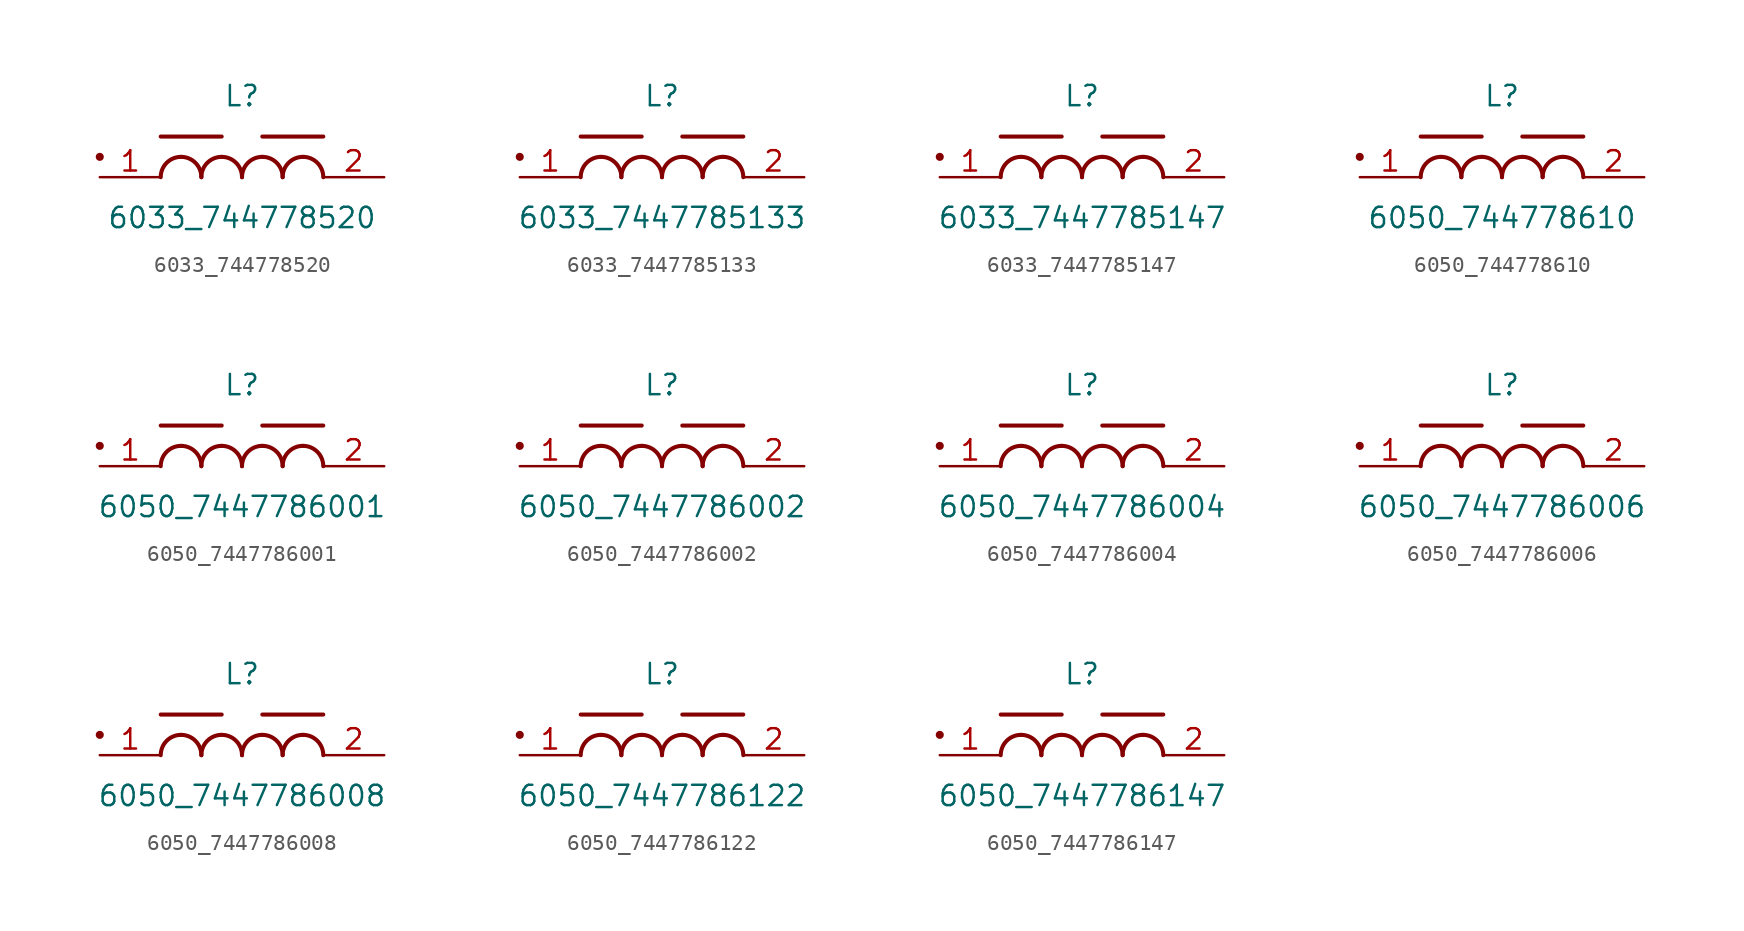
<source format=kicad_sym>
(kicad_symbol_lib
  (version 20211014)
  (generator kicad_symbol_editor)
  (symbol "Inductor_Wurth_WE-PD:6033_744778520"
    (pin_names hide)
    (property "Reference" "L"
      (at 0 5.08 0)
      (effects (font (size 1.27 1.27))))
    (property "Value" "6033_744778520"
      (at 0 -2.54 0)
      (effects (font (size 1.27 1.27))))
    (symbol "6033_744778520_0_1"
      (circle (center -8.89 1.27) (radius 0.0001) (stroke (width 0.254)) (stroke (width 0.254) (type default) (color 0 0 0 0)) (fill (type none)))
      (arc (start -3.81 1.27) (mid -4.708 0.898) (end -5.08 0) (stroke (width 0.254) (type default) (color 0 0 0 0)) (fill (type none)))
      (arc (start -2.54 0) (mid -2.912 0.898) (end -3.81 1.27) (stroke (width 0.254) (type default) (color 0 0 0 0)) (fill (type none)))
      (arc (start -1.2699 1.2701) (mid -2.1679 0.8981) (end -2.5399 0.0001) (stroke (width 0.254) (type default) (color 0 0 0 0)) (fill (type none)))
      (polyline (pts (xy -5.08 2.54) (xy -1.27 2.54)) (stroke (width 0.254) (type default) (color 0 0 0 0)) (fill (type none)))
      (polyline (pts (xy 5.08 2.54) (xy 1.27 2.54)) (stroke (width 0.254) (type default) (color 0 0 0 0)) (fill (type none)))
      (arc (start 0.0001 0.0001) (mid -0.3719 0.8981) (end -1.2699 1.2701) (stroke (width 0.254) (type default) (color 0 0 0 0)) (fill (type none)))
      (arc (start 1.2701 1.2701) (mid 0.3721 0.8981) (end 0.0001 0.0001) (stroke (width 0.254) (type default) (color 0 0 0 0)) (fill (type none)))
      (arc (start 2.5401 0.0001) (mid 2.1681 0.8981) (end 1.2701 1.2701) (stroke (width 0.254) (type default) (color 0 0 0 0)) (fill (type none)))
      (arc (start 3.8101 1.2701) (mid 2.9121 0.8981) (end 2.5401 0.0001) (stroke (width 0.254) (type default) (color 0 0 0 0)) (fill (type none)))
      (arc (start 5.0801 0.0001) (mid 4.7081 0.8981) (end 3.8101 1.2701) (stroke (width 0.254) (type default) (color 0 0 0 0)) (fill (type none))))
    (symbol "6033_744778520_1_1"
      (pin passive line (at -8.89 0 0) (length 3.81) (name "1" (effects (font (size 1.27 1.27)))) (number "1" (effects (font (size 1.27 1.27)))))
      (pin passive line (at 8.89 0 180) (length 3.81) (name "2" (effects (font (size 1.27 1.27)))) (number "2" (effects (font (size 1.27 1.27)))))))
  (symbol "Inductor_Wurth_WE-PD:6033_7447785133"
    (pin_names hide)
    (property "Reference" "L"
      (at 0 5.08 0)
      (effects (font (size 1.27 1.27))))
    (property "Value" "6033_7447785133"
      (at 0 -2.54 0)
      (effects (font (size 1.27 1.27))))
    (symbol "6033_7447785133_0_1"
      (circle (center -8.89 1.27) (radius 0.0001) (stroke (width 0.254)) (stroke (width 0.254) (type default) (color 0 0 0 0)) (fill (type none)))
      (arc (start -3.81 1.27) (mid -4.708 0.898) (end -5.08 0) (stroke (width 0.254) (type default) (color 0 0 0 0)) (fill (type none)))
      (arc (start -2.54 0) (mid -2.912 0.898) (end -3.81 1.27) (stroke (width 0.254) (type default) (color 0 0 0 0)) (fill (type none)))
      (arc (start -1.2699 1.2701) (mid -2.1679 0.8981) (end -2.5399 0.0001) (stroke (width 0.254) (type default) (color 0 0 0 0)) (fill (type none)))
      (polyline (pts (xy -5.08 2.54) (xy -1.27 2.54)) (stroke (width 0.254) (type default) (color 0 0 0 0)) (fill (type none)))
      (polyline (pts (xy 5.08 2.54) (xy 1.27 2.54)) (stroke (width 0.254) (type default) (color 0 0 0 0)) (fill (type none)))
      (arc (start 0.0001 0.0001) (mid -0.3719 0.8981) (end -1.2699 1.2701) (stroke (width 0.254) (type default) (color 0 0 0 0)) (fill (type none)))
      (arc (start 1.2701 1.2701) (mid 0.3721 0.8981) (end 0.0001 0.0001) (stroke (width 0.254) (type default) (color 0 0 0 0)) (fill (type none)))
      (arc (start 2.5401 0.0001) (mid 2.1681 0.8981) (end 1.2701 1.2701) (stroke (width 0.254) (type default) (color 0 0 0 0)) (fill (type none)))
      (arc (start 3.8101 1.2701) (mid 2.9121 0.8981) (end 2.5401 0.0001) (stroke (width 0.254) (type default) (color 0 0 0 0)) (fill (type none)))
      (arc (start 5.0801 0.0001) (mid 4.7081 0.8981) (end 3.8101 1.2701) (stroke (width 0.254) (type default) (color 0 0 0 0)) (fill (type none))))
    (symbol "6033_7447785133_1_1"
      (pin passive line (at -8.89 0 0) (length 3.81) (name "1" (effects (font (size 1.27 1.27)))) (number "1" (effects (font (size 1.27 1.27)))))
      (pin passive line (at 8.89 0 180) (length 3.81) (name "2" (effects (font (size 1.27 1.27)))) (number "2" (effects (font (size 1.27 1.27)))))))
  (symbol "Inductor_Wurth_WE-PD:6033_7447785147"
    (pin_names hide)
    (property "Reference" "L"
      (at 0 5.08 0)
      (effects (font (size 1.27 1.27))))
    (property "Value" "6033_7447785147"
      (at 0 -2.54 0)
      (effects (font (size 1.27 1.27))))
    (symbol "6033_7447785147_0_1"
      (circle (center -8.89 1.27) (radius 0.0001) (stroke (width 0.254)) (stroke (width 0.254) (type default) (color 0 0 0 0)) (fill (type none)))
      (arc (start -3.81 1.27) (mid -4.708 0.898) (end -5.08 0) (stroke (width 0.254) (type default) (color 0 0 0 0)) (fill (type none)))
      (arc (start -2.54 0) (mid -2.912 0.898) (end -3.81 1.27) (stroke (width 0.254) (type default) (color 0 0 0 0)) (fill (type none)))
      (arc (start -1.2699 1.2701) (mid -2.1679 0.8981) (end -2.5399 0.0001) (stroke (width 0.254) (type default) (color 0 0 0 0)) (fill (type none)))
      (polyline (pts (xy -5.08 2.54) (xy -1.27 2.54)) (stroke (width 0.254) (type default) (color 0 0 0 0)) (fill (type none)))
      (polyline (pts (xy 5.08 2.54) (xy 1.27 2.54)) (stroke (width 0.254) (type default) (color 0 0 0 0)) (fill (type none)))
      (arc (start 0.0001 0.0001) (mid -0.3719 0.8981) (end -1.2699 1.2701) (stroke (width 0.254) (type default) (color 0 0 0 0)) (fill (type none)))
      (arc (start 1.2701 1.2701) (mid 0.3721 0.8981) (end 0.0001 0.0001) (stroke (width 0.254) (type default) (color 0 0 0 0)) (fill (type none)))
      (arc (start 2.5401 0.0001) (mid 2.1681 0.8981) (end 1.2701 1.2701) (stroke (width 0.254) (type default) (color 0 0 0 0)) (fill (type none)))
      (arc (start 3.8101 1.2701) (mid 2.9121 0.8981) (end 2.5401 0.0001) (stroke (width 0.254) (type default) (color 0 0 0 0)) (fill (type none)))
      (arc (start 5.0801 0.0001) (mid 4.7081 0.8981) (end 3.8101 1.2701) (stroke (width 0.254) (type default) (color 0 0 0 0)) (fill (type none))))
    (symbol "6033_7447785147_1_1"
      (pin passive line (at -8.89 0 0) (length 3.81) (name "1" (effects (font (size 1.27 1.27)))) (number "1" (effects (font (size 1.27 1.27)))))
      (pin passive line (at 8.89 0 180) (length 3.81) (name "2" (effects (font (size 1.27 1.27)))) (number "2" (effects (font (size 1.27 1.27)))))))
  (symbol "Inductor_Wurth_WE-PD:6050_744778610"
    (pin_names hide)
    (property "Reference" "L"
      (at 0 5.08 0)
      (effects (font (size 1.27 1.27))))
    (property "Value" "6050_744778610"
      (at 0 -2.54 0)
      (effects (font (size 1.27 1.27))))
    (symbol "6050_744778610_0_1"
      (circle (center -8.89 1.27) (radius 0.0001) (stroke (width 0.254)) (stroke (width 0.254) (type default) (color 0 0 0 0)) (fill (type none)))
      (arc (start -3.81 1.27) (mid -4.708 0.898) (end -5.08 0) (stroke (width 0.254) (type default) (color 0 0 0 0)) (fill (type none)))
      (arc (start -2.54 0) (mid -2.912 0.898) (end -3.81 1.27) (stroke (width 0.254) (type default) (color 0 0 0 0)) (fill (type none)))
      (arc (start -1.2699 1.2701) (mid -2.1679 0.8981) (end -2.5399 0.0001) (stroke (width 0.254) (type default) (color 0 0 0 0)) (fill (type none)))
      (polyline (pts (xy -5.08 2.54) (xy -1.27 2.54)) (stroke (width 0.254) (type default) (color 0 0 0 0)) (fill (type none)))
      (polyline (pts (xy 5.08 2.54) (xy 1.27 2.54)) (stroke (width 0.254) (type default) (color 0 0 0 0)) (fill (type none)))
      (arc (start 0.0001 0.0001) (mid -0.3719 0.8981) (end -1.2699 1.2701) (stroke (width 0.254) (type default) (color 0 0 0 0)) (fill (type none)))
      (arc (start 1.2701 1.2701) (mid 0.3721 0.8981) (end 0.0001 0.0001) (stroke (width 0.254) (type default) (color 0 0 0 0)) (fill (type none)))
      (arc (start 2.5401 0.0001) (mid 2.1681 0.8981) (end 1.2701 1.2701) (stroke (width 0.254) (type default) (color 0 0 0 0)) (fill (type none)))
      (arc (start 3.8101 1.2701) (mid 2.9121 0.8981) (end 2.5401 0.0001) (stroke (width 0.254) (type default) (color 0 0 0 0)) (fill (type none)))
      (arc (start 5.0801 0.0001) (mid 4.7081 0.8981) (end 3.8101 1.2701) (stroke (width 0.254) (type default) (color 0 0 0 0)) (fill (type none))))
    (symbol "6050_744778610_1_1"
      (pin passive line (at -8.89 0 0) (length 3.81) (name "1" (effects (font (size 1.27 1.27)))) (number "1" (effects (font (size 1.27 1.27)))))
      (pin passive line (at 8.89 0 180) (length 3.81) (name "2" (effects (font (size 1.27 1.27)))) (number "2" (effects (font (size 1.27 1.27)))))))
  (symbol "Inductor_Wurth_WE-PD:6050_7447786001"
    (pin_names hide)
    (property "Reference" "L"
      (at 0 5.08 0)
      (effects (font (size 1.27 1.27))))
    (property "Value" "6050_7447786001"
      (at 0 -2.54 0)
      (effects (font (size 1.27 1.27))))
    (symbol "6050_7447786001_0_1"
      (circle (center -8.89 1.27) (radius 0.0001) (stroke (width 0.254)) (stroke (width 0.254) (type default) (color 0 0 0 0)) (fill (type none)))
      (arc (start -3.81 1.27) (mid -4.708 0.898) (end -5.08 0) (stroke (width 0.254) (type default) (color 0 0 0 0)) (fill (type none)))
      (arc (start -2.54 0) (mid -2.912 0.898) (end -3.81 1.27) (stroke (width 0.254) (type default) (color 0 0 0 0)) (fill (type none)))
      (arc (start -1.2699 1.2701) (mid -2.1679 0.8981) (end -2.5399 0.0001) (stroke (width 0.254) (type default) (color 0 0 0 0)) (fill (type none)))
      (polyline (pts (xy -5.08 2.54) (xy -1.27 2.54)) (stroke (width 0.254) (type default) (color 0 0 0 0)) (fill (type none)))
      (polyline (pts (xy 5.08 2.54) (xy 1.27 2.54)) (stroke (width 0.254) (type default) (color 0 0 0 0)) (fill (type none)))
      (arc (start 0.0001 0.0001) (mid -0.3719 0.8981) (end -1.2699 1.2701) (stroke (width 0.254) (type default) (color 0 0 0 0)) (fill (type none)))
      (arc (start 1.2701 1.2701) (mid 0.3721 0.8981) (end 0.0001 0.0001) (stroke (width 0.254) (type default) (color 0 0 0 0)) (fill (type none)))
      (arc (start 2.5401 0.0001) (mid 2.1681 0.8981) (end 1.2701 1.2701) (stroke (width 0.254) (type default) (color 0 0 0 0)) (fill (type none)))
      (arc (start 3.8101 1.2701) (mid 2.9121 0.8981) (end 2.5401 0.0001) (stroke (width 0.254) (type default) (color 0 0 0 0)) (fill (type none)))
      (arc (start 5.0801 0.0001) (mid 4.7081 0.8981) (end 3.8101 1.2701) (stroke (width 0.254) (type default) (color 0 0 0 0)) (fill (type none))))
    (symbol "6050_7447786001_1_1"
      (pin passive line (at -8.89 0 0) (length 3.81) (name "1" (effects (font (size 1.27 1.27)))) (number "1" (effects (font (size 1.27 1.27)))))
      (pin passive line (at 8.89 0 180) (length 3.81) (name "2" (effects (font (size 1.27 1.27)))) (number "2" (effects (font (size 1.27 1.27)))))))
  (symbol "Inductor_Wurth_WE-PD:6050_7447786002"
    (pin_names hide)
    (property "Reference" "L"
      (at 0 5.08 0)
      (effects (font (size 1.27 1.27))))
    (property "Value" "6050_7447786002"
      (at 0 -2.54 0)
      (effects (font (size 1.27 1.27))))
    (symbol "6050_7447786002_0_1"
      (circle (center -8.89 1.27) (radius 0.0001) (stroke (width 0.254)) (stroke (width 0.254) (type default) (color 0 0 0 0)) (fill (type none)))
      (arc (start -3.81 1.27) (mid -4.708 0.898) (end -5.08 0) (stroke (width 0.254) (type default) (color 0 0 0 0)) (fill (type none)))
      (arc (start -2.54 0) (mid -2.912 0.898) (end -3.81 1.27) (stroke (width 0.254) (type default) (color 0 0 0 0)) (fill (type none)))
      (arc (start -1.2699 1.2701) (mid -2.1679 0.8981) (end -2.5399 0.0001) (stroke (width 0.254) (type default) (color 0 0 0 0)) (fill (type none)))
      (polyline (pts (xy -5.08 2.54) (xy -1.27 2.54)) (stroke (width 0.254) (type default) (color 0 0 0 0)) (fill (type none)))
      (polyline (pts (xy 5.08 2.54) (xy 1.27 2.54)) (stroke (width 0.254) (type default) (color 0 0 0 0)) (fill (type none)))
      (arc (start 0.0001 0.0001) (mid -0.3719 0.8981) (end -1.2699 1.2701) (stroke (width 0.254) (type default) (color 0 0 0 0)) (fill (type none)))
      (arc (start 1.2701 1.2701) (mid 0.3721 0.8981) (end 0.0001 0.0001) (stroke (width 0.254) (type default) (color 0 0 0 0)) (fill (type none)))
      (arc (start 2.5401 0.0001) (mid 2.1681 0.8981) (end 1.2701 1.2701) (stroke (width 0.254) (type default) (color 0 0 0 0)) (fill (type none)))
      (arc (start 3.8101 1.2701) (mid 2.9121 0.8981) (end 2.5401 0.0001) (stroke (width 0.254) (type default) (color 0 0 0 0)) (fill (type none)))
      (arc (start 5.0801 0.0001) (mid 4.7081 0.8981) (end 3.8101 1.2701) (stroke (width 0.254) (type default) (color 0 0 0 0)) (fill (type none))))
    (symbol "6050_7447786002_1_1"
      (pin passive line (at -8.89 0 0) (length 3.81) (name "1" (effects (font (size 1.27 1.27)))) (number "1" (effects (font (size 1.27 1.27)))))
      (pin passive line (at 8.89 0 180) (length 3.81) (name "2" (effects (font (size 1.27 1.27)))) (number "2" (effects (font (size 1.27 1.27)))))))
  (symbol "Inductor_Wurth_WE-PD:6050_7447786004"
    (pin_names hide)
    (property "Reference" "L"
      (at 0 5.08 0)
      (effects (font (size 1.27 1.27))))
    (property "Value" "6050_7447786004"
      (at 0 -2.54 0)
      (effects (font (size 1.27 1.27))))
    (symbol "6050_7447786004_0_1"
      (circle (center -8.89 1.27) (radius 0.0001) (stroke (width 0.254)) (stroke (width 0.254) (type default) (color 0 0 0 0)) (fill (type none)))
      (arc (start -3.81 1.27) (mid -4.708 0.898) (end -5.08 0) (stroke (width 0.254) (type default) (color 0 0 0 0)) (fill (type none)))
      (arc (start -2.54 0) (mid -2.912 0.898) (end -3.81 1.27) (stroke (width 0.254) (type default) (color 0 0 0 0)) (fill (type none)))
      (arc (start -1.2699 1.2701) (mid -2.1679 0.8981) (end -2.5399 0.0001) (stroke (width 0.254) (type default) (color 0 0 0 0)) (fill (type none)))
      (polyline (pts (xy -5.08 2.54) (xy -1.27 2.54)) (stroke (width 0.254) (type default) (color 0 0 0 0)) (fill (type none)))
      (polyline (pts (xy 5.08 2.54) (xy 1.27 2.54)) (stroke (width 0.254) (type default) (color 0 0 0 0)) (fill (type none)))
      (arc (start 0.0001 0.0001) (mid -0.3719 0.8981) (end -1.2699 1.2701) (stroke (width 0.254) (type default) (color 0 0 0 0)) (fill (type none)))
      (arc (start 1.2701 1.2701) (mid 0.3721 0.8981) (end 0.0001 0.0001) (stroke (width 0.254) (type default) (color 0 0 0 0)) (fill (type none)))
      (arc (start 2.5401 0.0001) (mid 2.1681 0.8981) (end 1.2701 1.2701) (stroke (width 0.254) (type default) (color 0 0 0 0)) (fill (type none)))
      (arc (start 3.8101 1.2701) (mid 2.9121 0.8981) (end 2.5401 0.0001) (stroke (width 0.254) (type default) (color 0 0 0 0)) (fill (type none)))
      (arc (start 5.0801 0.0001) (mid 4.7081 0.8981) (end 3.8101 1.2701) (stroke (width 0.254) (type default) (color 0 0 0 0)) (fill (type none))))
    (symbol "6050_7447786004_1_1"
      (pin passive line (at -8.89 0 0) (length 3.81) (name "1" (effects (font (size 1.27 1.27)))) (number "1" (effects (font (size 1.27 1.27)))))
      (pin passive line (at 8.89 0 180) (length 3.81) (name "2" (effects (font (size 1.27 1.27)))) (number "2" (effects (font (size 1.27 1.27)))))))
  (symbol "Inductor_Wurth_WE-PD:6050_7447786006"
    (pin_names hide)
    (property "Reference" "L"
      (at 0 5.08 0)
      (effects (font (size 1.27 1.27))))
    (property "Value" "6050_7447786006"
      (at 0 -2.54 0)
      (effects (font (size 1.27 1.27))))
    (symbol "6050_7447786006_0_1"
      (circle (center -8.89 1.27) (radius 0.0001) (stroke (width 0.254)) (stroke (width 0.254) (type default) (color 0 0 0 0)) (fill (type none)))
      (arc (start -3.81 1.27) (mid -4.708 0.898) (end -5.08 0) (stroke (width 0.254) (type default) (color 0 0 0 0)) (fill (type none)))
      (arc (start -2.54 0) (mid -2.912 0.898) (end -3.81 1.27) (stroke (width 0.254) (type default) (color 0 0 0 0)) (fill (type none)))
      (arc (start -1.2699 1.2701) (mid -2.1679 0.8981) (end -2.5399 0.0001) (stroke (width 0.254) (type default) (color 0 0 0 0)) (fill (type none)))
      (polyline (pts (xy -5.08 2.54) (xy -1.27 2.54)) (stroke (width 0.254) (type default) (color 0 0 0 0)) (fill (type none)))
      (polyline (pts (xy 5.08 2.54) (xy 1.27 2.54)) (stroke (width 0.254) (type default) (color 0 0 0 0)) (fill (type none)))
      (arc (start 0.0001 0.0001) (mid -0.3719 0.8981) (end -1.2699 1.2701) (stroke (width 0.254) (type default) (color 0 0 0 0)) (fill (type none)))
      (arc (start 1.2701 1.2701) (mid 0.3721 0.8981) (end 0.0001 0.0001) (stroke (width 0.254) (type default) (color 0 0 0 0)) (fill (type none)))
      (arc (start 2.5401 0.0001) (mid 2.1681 0.8981) (end 1.2701 1.2701) (stroke (width 0.254) (type default) (color 0 0 0 0)) (fill (type none)))
      (arc (start 3.8101 1.2701) (mid 2.9121 0.8981) (end 2.5401 0.0001) (stroke (width 0.254) (type default) (color 0 0 0 0)) (fill (type none)))
      (arc (start 5.0801 0.0001) (mid 4.7081 0.8981) (end 3.8101 1.2701) (stroke (width 0.254) (type default) (color 0 0 0 0)) (fill (type none))))
    (symbol "6050_7447786006_1_1"
      (pin passive line (at -8.89 0 0) (length 3.81) (name "1" (effects (font (size 1.27 1.27)))) (number "1" (effects (font (size 1.27 1.27)))))
      (pin passive line (at 8.89 0 180) (length 3.81) (name "2" (effects (font (size 1.27 1.27)))) (number "2" (effects (font (size 1.27 1.27)))))))
  (symbol "Inductor_Wurth_WE-PD:6050_7447786008"
    (pin_names hide)
    (property "Reference" "L"
      (at 0 5.08 0)
      (effects (font (size 1.27 1.27))))
    (property "Value" "6050_7447786008"
      (at 0 -2.54 0)
      (effects (font (size 1.27 1.27))))
    (symbol "6050_7447786008_0_1"
      (circle (center -8.89 1.27) (radius 0.0001) (stroke (width 0.254)) (stroke (width 0.254) (type default) (color 0 0 0 0)) (fill (type none)))
      (arc (start -3.81 1.27) (mid -4.708 0.898) (end -5.08 0) (stroke (width 0.254) (type default) (color 0 0 0 0)) (fill (type none)))
      (arc (start -2.54 0) (mid -2.912 0.898) (end -3.81 1.27) (stroke (width 0.254) (type default) (color 0 0 0 0)) (fill (type none)))
      (arc (start -1.2699 1.2701) (mid -2.1679 0.8981) (end -2.5399 0.0001) (stroke (width 0.254) (type default) (color 0 0 0 0)) (fill (type none)))
      (polyline (pts (xy -5.08 2.54) (xy -1.27 2.54)) (stroke (width 0.254) (type default) (color 0 0 0 0)) (fill (type none)))
      (polyline (pts (xy 5.08 2.54) (xy 1.27 2.54)) (stroke (width 0.254) (type default) (color 0 0 0 0)) (fill (type none)))
      (arc (start 0.0001 0.0001) (mid -0.3719 0.8981) (end -1.2699 1.2701) (stroke (width 0.254) (type default) (color 0 0 0 0)) (fill (type none)))
      (arc (start 1.2701 1.2701) (mid 0.3721 0.8981) (end 0.0001 0.0001) (stroke (width 0.254) (type default) (color 0 0 0 0)) (fill (type none)))
      (arc (start 2.5401 0.0001) (mid 2.1681 0.8981) (end 1.2701 1.2701) (stroke (width 0.254) (type default) (color 0 0 0 0)) (fill (type none)))
      (arc (start 3.8101 1.2701) (mid 2.9121 0.8981) (end 2.5401 0.0001) (stroke (width 0.254) (type default) (color 0 0 0 0)) (fill (type none)))
      (arc (start 5.0801 0.0001) (mid 4.7081 0.8981) (end 3.8101 1.2701) (stroke (width 0.254) (type default) (color 0 0 0 0)) (fill (type none))))
    (symbol "6050_7447786008_1_1"
      (pin passive line (at -8.89 0 0) (length 3.81) (name "1" (effects (font (size 1.27 1.27)))) (number "1" (effects (font (size 1.27 1.27)))))
      (pin passive line (at 8.89 0 180) (length 3.81) (name "2" (effects (font (size 1.27 1.27)))) (number "2" (effects (font (size 1.27 1.27)))))))
  (symbol "Inductor_Wurth_WE-PD:6050_7447786122"
    (pin_names hide)
    (property "Reference" "L"
      (at 0 5.08 0)
      (effects (font (size 1.27 1.27))))
    (property "Value" "6050_7447786122"
      (at 0 -2.54 0)
      (effects (font (size 1.27 1.27))))
    (symbol "6050_7447786122_0_1"
      (circle (center -8.89 1.27) (radius 0.0001) (stroke (width 0.254)) (stroke (width 0.254) (type default) (color 0 0 0 0)) (fill (type none)))
      (arc (start -3.81 1.27) (mid -4.708 0.898) (end -5.08 0) (stroke (width 0.254) (type default) (color 0 0 0 0)) (fill (type none)))
      (arc (start -2.54 0) (mid -2.912 0.898) (end -3.81 1.27) (stroke (width 0.254) (type default) (color 0 0 0 0)) (fill (type none)))
      (arc (start -1.2699 1.2701) (mid -2.1679 0.8981) (end -2.5399 0.0001) (stroke (width 0.254) (type default) (color 0 0 0 0)) (fill (type none)))
      (polyline (pts (xy -5.08 2.54) (xy -1.27 2.54)) (stroke (width 0.254) (type default) (color 0 0 0 0)) (fill (type none)))
      (polyline (pts (xy 5.08 2.54) (xy 1.27 2.54)) (stroke (width 0.254) (type default) (color 0 0 0 0)) (fill (type none)))
      (arc (start 0.0001 0.0001) (mid -0.3719 0.8981) (end -1.2699 1.2701) (stroke (width 0.254) (type default) (color 0 0 0 0)) (fill (type none)))
      (arc (start 1.2701 1.2701) (mid 0.3721 0.8981) (end 0.0001 0.0001) (stroke (width 0.254) (type default) (color 0 0 0 0)) (fill (type none)))
      (arc (start 2.5401 0.0001) (mid 2.1681 0.8981) (end 1.2701 1.2701) (stroke (width 0.254) (type default) (color 0 0 0 0)) (fill (type none)))
      (arc (start 3.8101 1.2701) (mid 2.9121 0.8981) (end 2.5401 0.0001) (stroke (width 0.254) (type default) (color 0 0 0 0)) (fill (type none)))
      (arc (start 5.0801 0.0001) (mid 4.7081 0.8981) (end 3.8101 1.2701) (stroke (width 0.254) (type default) (color 0 0 0 0)) (fill (type none))))
    (symbol "6050_7447786122_1_1"
      (pin passive line (at -8.89 0 0) (length 3.81) (name "1" (effects (font (size 1.27 1.27)))) (number "1" (effects (font (size 1.27 1.27)))))
      (pin passive line (at 8.89 0 180) (length 3.81) (name "2" (effects (font (size 1.27 1.27)))) (number "2" (effects (font (size 1.27 1.27)))))))
  (symbol "Inductor_Wurth_WE-PD:6050_7447786147"
    (pin_names hide)
    (property "Reference" "L"
      (at 0 5.08 0)
      (effects (font (size 1.27 1.27))))
    (property "Value" "6050_7447786147"
      (at 0 -2.54 0)
      (effects (font (size 1.27 1.27))))
    (symbol "6050_7447786147_0_1"
      (circle (center -8.89 1.27) (radius 0.0001) (stroke (width 0.254)) (stroke (width 0.254) (type default) (color 0 0 0 0)) (fill (type none)))
      (arc (start -3.81 1.27) (mid -4.708 0.898) (end -5.08 0) (stroke (width 0.254) (type default) (color 0 0 0 0)) (fill (type none)))
      (arc (start -2.54 0) (mid -2.912 0.898) (end -3.81 1.27) (stroke (width 0.254) (type default) (color 0 0 0 0)) (fill (type none)))
      (arc (start -1.2699 1.2701) (mid -2.1679 0.8981) (end -2.5399 0.0001) (stroke (width 0.254) (type default) (color 0 0 0 0)) (fill (type none)))
      (polyline (pts (xy -5.08 2.54) (xy -1.27 2.54)) (stroke (width 0.254) (type default) (color 0 0 0 0)) (fill (type none)))
      (polyline (pts (xy 5.08 2.54) (xy 1.27 2.54)) (stroke (width 0.254) (type default) (color 0 0 0 0)) (fill (type none)))
      (arc (start 0.0001 0.0001) (mid -0.3719 0.8981) (end -1.2699 1.2701) (stroke (width 0.254) (type default) (color 0 0 0 0)) (fill (type none)))
      (arc (start 1.2701 1.2701) (mid 0.3721 0.8981) (end 0.0001 0.0001) (stroke (width 0.254) (type default) (color 0 0 0 0)) (fill (type none)))
      (arc (start 2.5401 0.0001) (mid 2.1681 0.8981) (end 1.2701 1.2701) (stroke (width 0.254) (type default) (color 0 0 0 0)) (fill (type none)))
      (arc (start 3.8101 1.2701) (mid 2.9121 0.8981) (end 2.5401 0.0001) (stroke (width 0.254) (type default) (color 0 0 0 0)) (fill (type none)))
      (arc (start 5.0801 0.0001) (mid 4.7081 0.8981) (end 3.8101 1.2701) (stroke (width 0.254) (type default) (color 0 0 0 0)) (fill (type none))))
    (symbol "6050_7447786147_1_1"
      (pin passive line (at -8.89 0 0) (length 3.81) (name "1" (effects (font (size 1.27 1.27)))) (number "1" (effects (font (size 1.27 1.27)))))
      (pin passive line (at 8.89 0 180) (length 3.81) (name "2" (effects (font (size 1.27 1.27)))) (number "2" (effects (font (size 1.27 1.27))))))))
</source>
